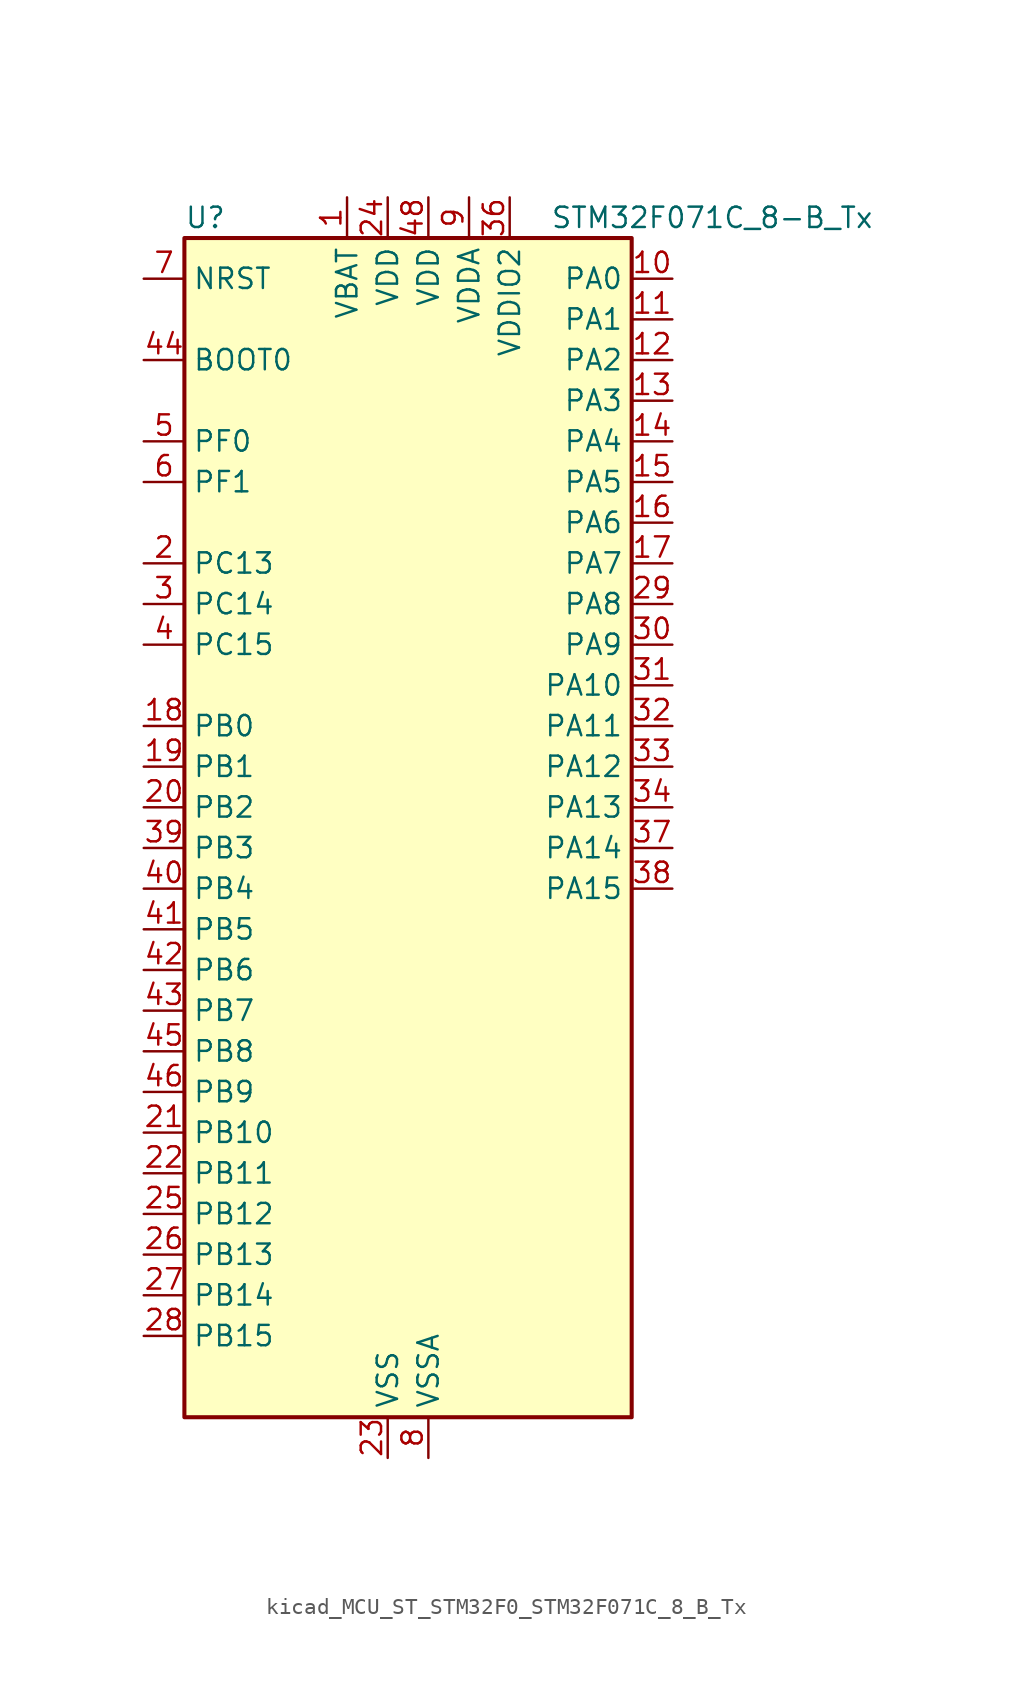
<source format=kicad_sym>
(kicad_symbol_lib
  (version 20220914)
  (generator kicad_symbol_editor)
  (symbol "kicad_MCU_ST_STM32F0_STM32F071C_8_B_Tx"
    (property "Reference" "U"
      (at -12.7 39.37 0)
      (effects (font (size 1.27 1.27)) (justify left)))
    (property "Value" "STM32F071C_8-B_Tx"
      (at 10.16 39.37 0)
      (effects (font (size 1.27 1.27)) (justify left)))
    (property "ki_locked" ""
      (at 0 0 0)
      (effects (font (size 1.27 1.27))))
    (symbol "kicad_MCU_ST_STM32F0_STM32F071C_8_B_Tx_0_1"
      (rectangle (start -12.7 -35.56) (end 15.24 38.1) (stroke (width 0.254) (type default)) (fill (type background))))
    (symbol "kicad_MCU_ST_STM32F0_STM32F071C_8_B_Tx_1_1"
      (pin power_in line (at -2.54 40.64 270) (length 2.54) (name "VBAT" (effects (font (size 1.27 1.27)))) (number "1" (effects (font (size 1.27 1.27)))))
      (pin bidirectional line (at 17.78 35.56 180) (length 2.54) (name "PA0" (effects (font (size 1.27 1.27)))) (number "10" (effects (font (size 1.27 1.27)))) (alternate "ADC_IN0" bidirectional line) (alternate "COMP1_INM" bidirectional line) (alternate "COMP1_OUT" bidirectional line) (alternate "RTC_TAMP2" bidirectional line) (alternate "SYS_WKUP1" bidirectional line) (alternate "TIM2_CH1" bidirectional line) (alternate "TIM2_ETR" bidirectional line) (alternate "TSC_G1_IO1" bidirectional line) (alternate "USART2_CTS" bidirectional line) (alternate "USART4_TX" bidirectional line))
      (pin bidirectional line (at 17.78 33.02 180) (length 2.54) (name "PA1" (effects (font (size 1.27 1.27)))) (number "11" (effects (font (size 1.27 1.27)))) (alternate "ADC_IN1" bidirectional line) (alternate "COMP1_INP" bidirectional line) (alternate "TIM15_CH1N" bidirectional line) (alternate "TIM2_CH2" bidirectional line) (alternate "TSC_G1_IO2" bidirectional line) (alternate "USART2_DE" bidirectional line) (alternate "USART2_RTS" bidirectional line) (alternate "USART4_RX" bidirectional line))
      (pin bidirectional line (at 17.78 30.48 180) (length 2.54) (name "PA2" (effects (font (size 1.27 1.27)))) (number "12" (effects (font (size 1.27 1.27)))) (alternate "ADC_IN2" bidirectional line) (alternate "COMP2_INM" bidirectional line) (alternate "COMP2_OUT" bidirectional line) (alternate "SYS_WKUP4" bidirectional line) (alternate "TIM15_CH1" bidirectional line) (alternate "TIM2_CH3" bidirectional line) (alternate "TSC_G1_IO3" bidirectional line) (alternate "USART2_TX" bidirectional line))
      (pin bidirectional line (at 17.78 27.94 180) (length 2.54) (name "PA3" (effects (font (size 1.27 1.27)))) (number "13" (effects (font (size 1.27 1.27)))) (alternate "ADC_IN3" bidirectional line) (alternate "COMP2_INP" bidirectional line) (alternate "TIM15_CH2" bidirectional line) (alternate "TIM2_CH4" bidirectional line) (alternate "TSC_G1_IO4" bidirectional line) (alternate "USART2_RX" bidirectional line))
      (pin bidirectional line (at 17.78 25.4 180) (length 2.54) (name "PA4" (effects (font (size 1.27 1.27)))) (number "14" (effects (font (size 1.27 1.27)))) (alternate "ADC_IN4" bidirectional line) (alternate "COMP1_INM" bidirectional line) (alternate "COMP2_INM" bidirectional line) (alternate "DAC_OUT1" bidirectional line) (alternate "I2S1_WS" bidirectional line) (alternate "SPI1_NSS" bidirectional line) (alternate "TIM14_CH1" bidirectional line) (alternate "TSC_G2_IO1" bidirectional line) (alternate "USART2_CK" bidirectional line))
      (pin bidirectional line (at 17.78 22.86 180) (length 2.54) (name "PA5" (effects (font (size 1.27 1.27)))) (number "15" (effects (font (size 1.27 1.27)))) (alternate "ADC_IN5" bidirectional line) (alternate "CEC" bidirectional line) (alternate "COMP1_INM" bidirectional line) (alternate "COMP2_INM" bidirectional line) (alternate "DAC_OUT2" bidirectional line) (alternate "I2S1_CK" bidirectional line) (alternate "SPI1_SCK" bidirectional line) (alternate "TIM2_CH1" bidirectional line) (alternate "TIM2_ETR" bidirectional line) (alternate "TSC_G2_IO2" bidirectional line))
      (pin bidirectional line (at 17.78 20.32 180) (length 2.54) (name "PA6" (effects (font (size 1.27 1.27)))) (number "16" (effects (font (size 1.27 1.27)))) (alternate "ADC_IN6" bidirectional line) (alternate "COMP1_OUT" bidirectional line) (alternate "I2S1_MCK" bidirectional line) (alternate "SPI1_MISO" bidirectional line) (alternate "TIM16_CH1" bidirectional line) (alternate "TIM1_BKIN" bidirectional line) (alternate "TIM3_CH1" bidirectional line) (alternate "TSC_G2_IO3" bidirectional line) (alternate "USART3_CTS" bidirectional line))
      (pin bidirectional line (at 17.78 17.78 180) (length 2.54) (name "PA7" (effects (font (size 1.27 1.27)))) (number "17" (effects (font (size 1.27 1.27)))) (alternate "ADC_IN7" bidirectional line) (alternate "COMP2_OUT" bidirectional line) (alternate "I2S1_SD" bidirectional line) (alternate "SPI1_MOSI" bidirectional line) (alternate "TIM14_CH1" bidirectional line) (alternate "TIM17_CH1" bidirectional line) (alternate "TIM1_CH1N" bidirectional line) (alternate "TIM3_CH2" bidirectional line) (alternate "TSC_G2_IO4" bidirectional line))
      (pin bidirectional line (at -15.24 7.62 0) (length 2.54) (name "PB0" (effects (font (size 1.27 1.27)))) (number "18" (effects (font (size 1.27 1.27)))) (alternate "ADC_IN8" bidirectional line) (alternate "TIM1_CH2N" bidirectional line) (alternate "TIM3_CH3" bidirectional line) (alternate "TSC_G3_IO2" bidirectional line) (alternate "USART3_CK" bidirectional line))
      (pin bidirectional line (at -15.24 5.08 0) (length 2.54) (name "PB1" (effects (font (size 1.27 1.27)))) (number "19" (effects (font (size 1.27 1.27)))) (alternate "ADC_IN9" bidirectional line) (alternate "TIM14_CH1" bidirectional line) (alternate "TIM1_CH3N" bidirectional line) (alternate "TIM3_CH4" bidirectional line) (alternate "TSC_G3_IO3" bidirectional line) (alternate "USART3_DE" bidirectional line) (alternate "USART3_RTS" bidirectional line))
      (pin bidirectional line (at -15.24 17.78 0) (length 2.54) (name "PC13" (effects (font (size 1.27 1.27)))) (number "2" (effects (font (size 1.27 1.27)))) (alternate "RTC_OUT_ALARM" bidirectional line) (alternate "RTC_OUT_CALIB" bidirectional line) (alternate "RTC_TAMP1" bidirectional line) (alternate "RTC_TS" bidirectional line) (alternate "SYS_WKUP2" bidirectional line))
      (pin bidirectional line (at -15.24 2.54 0) (length 2.54) (name "PB2" (effects (font (size 1.27 1.27)))) (number "20" (effects (font (size 1.27 1.27)))) (alternate "TSC_G3_IO4" bidirectional line))
      (pin bidirectional line (at -15.24 -17.78 0) (length 2.54) (name "PB10" (effects (font (size 1.27 1.27)))) (number "21" (effects (font (size 1.27 1.27)))) (alternate "CEC" bidirectional line) (alternate "I2C2_SCL" bidirectional line) (alternate "I2S2_CK" bidirectional line) (alternate "SPI2_SCK" bidirectional line) (alternate "TIM2_CH3" bidirectional line) (alternate "TSC_SYNC" bidirectional line) (alternate "USART3_TX" bidirectional line))
      (pin bidirectional line (at -15.24 -20.32 0) (length 2.54) (name "PB11" (effects (font (size 1.27 1.27)))) (number "22" (effects (font (size 1.27 1.27)))) (alternate "I2C2_SDA" bidirectional line) (alternate "TIM2_CH4" bidirectional line) (alternate "TSC_G6_IO1" bidirectional line) (alternate "USART3_RX" bidirectional line))
      (pin power_in line (at 0 -38.1 90) (length 2.54) (name "VSS" (effects (font (size 1.27 1.27)))) (number "23" (effects (font (size 1.27 1.27)))))
      (pin power_in line (at 0 40.64 270) (length 2.54) (name "VDD" (effects (font (size 1.27 1.27)))) (number "24" (effects (font (size 1.27 1.27)))))
      (pin bidirectional line (at -15.24 -22.86 0) (length 2.54) (name "PB12" (effects (font (size 1.27 1.27)))) (number "25" (effects (font (size 1.27 1.27)))) (alternate "I2S2_WS" bidirectional line) (alternate "SPI2_NSS" bidirectional line) (alternate "TIM15_BKIN" bidirectional line) (alternate "TIM1_BKIN" bidirectional line) (alternate "TSC_G6_IO2" bidirectional line) (alternate "USART3_CK" bidirectional line))
      (pin bidirectional line (at -15.24 -25.4 0) (length 2.54) (name "PB13" (effects (font (size 1.27 1.27)))) (number "26" (effects (font (size 1.27 1.27)))) (alternate "I2C2_SCL" bidirectional line) (alternate "I2S2_CK" bidirectional line) (alternate "SPI2_SCK" bidirectional line) (alternate "TIM1_CH1N" bidirectional line) (alternate "TSC_G6_IO3" bidirectional line) (alternate "USART3_CTS" bidirectional line))
      (pin bidirectional line (at -15.24 -27.94 0) (length 2.54) (name "PB14" (effects (font (size 1.27 1.27)))) (number "27" (effects (font (size 1.27 1.27)))) (alternate "I2C2_SDA" bidirectional line) (alternate "I2S2_MCK" bidirectional line) (alternate "SPI2_MISO" bidirectional line) (alternate "TIM15_CH1" bidirectional line) (alternate "TIM1_CH2N" bidirectional line) (alternate "TSC_G6_IO4" bidirectional line) (alternate "USART3_DE" bidirectional line) (alternate "USART3_RTS" bidirectional line))
      (pin bidirectional line (at -15.24 -30.48 0) (length 2.54) (name "PB15" (effects (font (size 1.27 1.27)))) (number "28" (effects (font (size 1.27 1.27)))) (alternate "I2S2_SD" bidirectional line) (alternate "RTC_REFIN" bidirectional line) (alternate "SPI2_MOSI" bidirectional line) (alternate "SYS_WKUP7" bidirectional line) (alternate "TIM15_CH1N" bidirectional line) (alternate "TIM15_CH2" bidirectional line) (alternate "TIM1_CH3N" bidirectional line))
      (pin bidirectional line (at 17.78 15.24 180) (length 2.54) (name "PA8" (effects (font (size 1.27 1.27)))) (number "29" (effects (font (size 1.27 1.27)))) (alternate "CRS_SYNC" bidirectional line) (alternate "RCC_MCO" bidirectional line) (alternate "TIM1_CH1" bidirectional line) (alternate "USART1_CK" bidirectional line))
      (pin bidirectional line (at -15.24 15.24 0) (length 2.54) (name "PC14" (effects (font (size 1.27 1.27)))) (number "3" (effects (font (size 1.27 1.27)))) (alternate "RCC_OSC32_IN" bidirectional line))
      (pin bidirectional line (at 17.78 12.7 180) (length 2.54) (name "PA9" (effects (font (size 1.27 1.27)))) (number "30" (effects (font (size 1.27 1.27)))) (alternate "DAC_EXTI9" bidirectional line) (alternate "TIM15_BKIN" bidirectional line) (alternate "TIM1_CH2" bidirectional line) (alternate "TSC_G4_IO1" bidirectional line) (alternate "USART1_TX" bidirectional line))
      (pin bidirectional line (at 17.78 10.16 180) (length 2.54) (name "PA10" (effects (font (size 1.27 1.27)))) (number "31" (effects (font (size 1.27 1.27)))) (alternate "TIM17_BKIN" bidirectional line) (alternate "TIM1_CH3" bidirectional line) (alternate "TSC_G4_IO2" bidirectional line) (alternate "USART1_RX" bidirectional line))
      (pin bidirectional line (at 17.78 7.62 180) (length 2.54) (name "PA11" (effects (font (size 1.27 1.27)))) (number "32" (effects (font (size 1.27 1.27)))) (alternate "COMP1_OUT" bidirectional line) (alternate "TIM1_CH4" bidirectional line) (alternate "TSC_G4_IO3" bidirectional line) (alternate "USART1_CTS" bidirectional line))
      (pin bidirectional line (at 17.78 5.08 180) (length 2.54) (name "PA12" (effects (font (size 1.27 1.27)))) (number "33" (effects (font (size 1.27 1.27)))) (alternate "COMP2_OUT" bidirectional line) (alternate "TIM1_ETR" bidirectional line) (alternate "TSC_G4_IO4" bidirectional line) (alternate "USART1_DE" bidirectional line) (alternate "USART1_RTS" bidirectional line))
      (pin bidirectional line (at 17.78 2.54 180) (length 2.54) (name "PA13" (effects (font (size 1.27 1.27)))) (number "34" (effects (font (size 1.27 1.27)))) (alternate "IR_OUT" bidirectional line) (alternate "SYS_SWDIO" bidirectional line))
      (pin passive line (at 0 -38.1 90) (length 2.54) hide (name "VSS" (effects (font (size 1.27 1.27)))) (number "35" (effects (font (size 1.27 1.27)))))
      (pin power_in line (at 7.62 40.64 270) (length 2.54) (name "VDDIO2" (effects (font (size 1.27 1.27)))) (number "36" (effects (font (size 1.27 1.27)))))
      (pin bidirectional line (at 17.78 0 180) (length 2.54) (name "PA14" (effects (font (size 1.27 1.27)))) (number "37" (effects (font (size 1.27 1.27)))) (alternate "SYS_SWCLK" bidirectional line) (alternate "USART2_TX" bidirectional line))
      (pin bidirectional line (at 17.78 -2.54 180) (length 2.54) (name "PA15" (effects (font (size 1.27 1.27)))) (number "38" (effects (font (size 1.27 1.27)))) (alternate "I2S1_WS" bidirectional line) (alternate "SPI1_NSS" bidirectional line) (alternate "TIM2_CH1" bidirectional line) (alternate "TIM2_ETR" bidirectional line) (alternate "USART2_RX" bidirectional line) (alternate "USART4_DE" bidirectional line) (alternate "USART4_RTS" bidirectional line))
      (pin bidirectional line (at -15.24 0 0) (length 2.54) (name "PB3" (effects (font (size 1.27 1.27)))) (number "39" (effects (font (size 1.27 1.27)))) (alternate "I2S1_CK" bidirectional line) (alternate "SPI1_SCK" bidirectional line) (alternate "TIM2_CH2" bidirectional line) (alternate "TSC_G5_IO1" bidirectional line))
      (pin bidirectional line (at -15.24 12.7 0) (length 2.54) (name "PC15" (effects (font (size 1.27 1.27)))) (number "4" (effects (font (size 1.27 1.27)))) (alternate "RCC_OSC32_OUT" bidirectional line))
      (pin bidirectional line (at -15.24 -2.54 0) (length 2.54) (name "PB4" (effects (font (size 1.27 1.27)))) (number "40" (effects (font (size 1.27 1.27)))) (alternate "I2S1_MCK" bidirectional line) (alternate "SPI1_MISO" bidirectional line) (alternate "TIM17_BKIN" bidirectional line) (alternate "TIM3_CH1" bidirectional line) (alternate "TSC_G5_IO2" bidirectional line))
      (pin bidirectional line (at -15.24 -5.08 0) (length 2.54) (name "PB5" (effects (font (size 1.27 1.27)))) (number "41" (effects (font (size 1.27 1.27)))) (alternate "I2C1_SMBA" bidirectional line) (alternate "I2S1_SD" bidirectional line) (alternate "SPI1_MOSI" bidirectional line) (alternate "SYS_WKUP6" bidirectional line) (alternate "TIM16_BKIN" bidirectional line) (alternate "TIM3_CH2" bidirectional line))
      (pin bidirectional line (at -15.24 -7.62 0) (length 2.54) (name "PB6" (effects (font (size 1.27 1.27)))) (number "42" (effects (font (size 1.27 1.27)))) (alternate "I2C1_SCL" bidirectional line) (alternate "TIM16_CH1N" bidirectional line) (alternate "TSC_G5_IO3" bidirectional line) (alternate "USART1_TX" bidirectional line))
      (pin bidirectional line (at -15.24 -10.16 0) (length 2.54) (name "PB7" (effects (font (size 1.27 1.27)))) (number "43" (effects (font (size 1.27 1.27)))) (alternate "I2C1_SDA" bidirectional line) (alternate "TIM17_CH1N" bidirectional line) (alternate "TSC_G5_IO4" bidirectional line) (alternate "USART1_RX" bidirectional line) (alternate "USART4_CTS" bidirectional line))
      (pin input line (at -15.24 30.48 0) (length 2.54) (name "BOOT0" (effects (font (size 1.27 1.27)))) (number "44" (effects (font (size 1.27 1.27)))))
      (pin bidirectional line (at -15.24 -12.7 0) (length 2.54) (name "PB8" (effects (font (size 1.27 1.27)))) (number "45" (effects (font (size 1.27 1.27)))) (alternate "CEC" bidirectional line) (alternate "I2C1_SCL" bidirectional line) (alternate "TIM16_CH1" bidirectional line) (alternate "TSC_SYNC" bidirectional line))
      (pin bidirectional line (at -15.24 -15.24 0) (length 2.54) (name "PB9" (effects (font (size 1.27 1.27)))) (number "46" (effects (font (size 1.27 1.27)))) (alternate "DAC_EXTI9" bidirectional line) (alternate "I2C1_SDA" bidirectional line) (alternate "I2S2_WS" bidirectional line) (alternate "IR_OUT" bidirectional line) (alternate "SPI2_NSS" bidirectional line) (alternate "TIM17_CH1" bidirectional line))
      (pin passive line (at 0 -38.1 90) (length 2.54) hide (name "VSS" (effects (font (size 1.27 1.27)))) (number "47" (effects (font (size 1.27 1.27)))))
      (pin power_in line (at 2.54 40.64 270) (length 2.54) (name "VDD" (effects (font (size 1.27 1.27)))) (number "48" (effects (font (size 1.27 1.27)))))
      (pin bidirectional line (at -15.24 25.4 0) (length 2.54) (name "PF0" (effects (font (size 1.27 1.27)))) (number "5" (effects (font (size 1.27 1.27)))) (alternate "CRS_SYNC" bidirectional line) (alternate "RCC_OSC_IN" bidirectional line))
      (pin bidirectional line (at -15.24 22.86 0) (length 2.54) (name "PF1" (effects (font (size 1.27 1.27)))) (number "6" (effects (font (size 1.27 1.27)))) (alternate "RCC_OSC_OUT" bidirectional line))
      (pin input line (at -15.24 35.56 0) (length 2.54) (name "NRST" (effects (font (size 1.27 1.27)))) (number "7" (effects (font (size 1.27 1.27)))))
      (pin power_in line (at 2.54 -38.1 90) (length 2.54) (name "VSSA" (effects (font (size 1.27 1.27)))) (number "8" (effects (font (size 1.27 1.27)))))
      (pin power_in line (at 5.08 40.64 270) (length 2.54) (name "VDDA" (effects (font (size 1.27 1.27)))) (number "9" (effects (font (size 1.27 1.27))))))))
</source>
